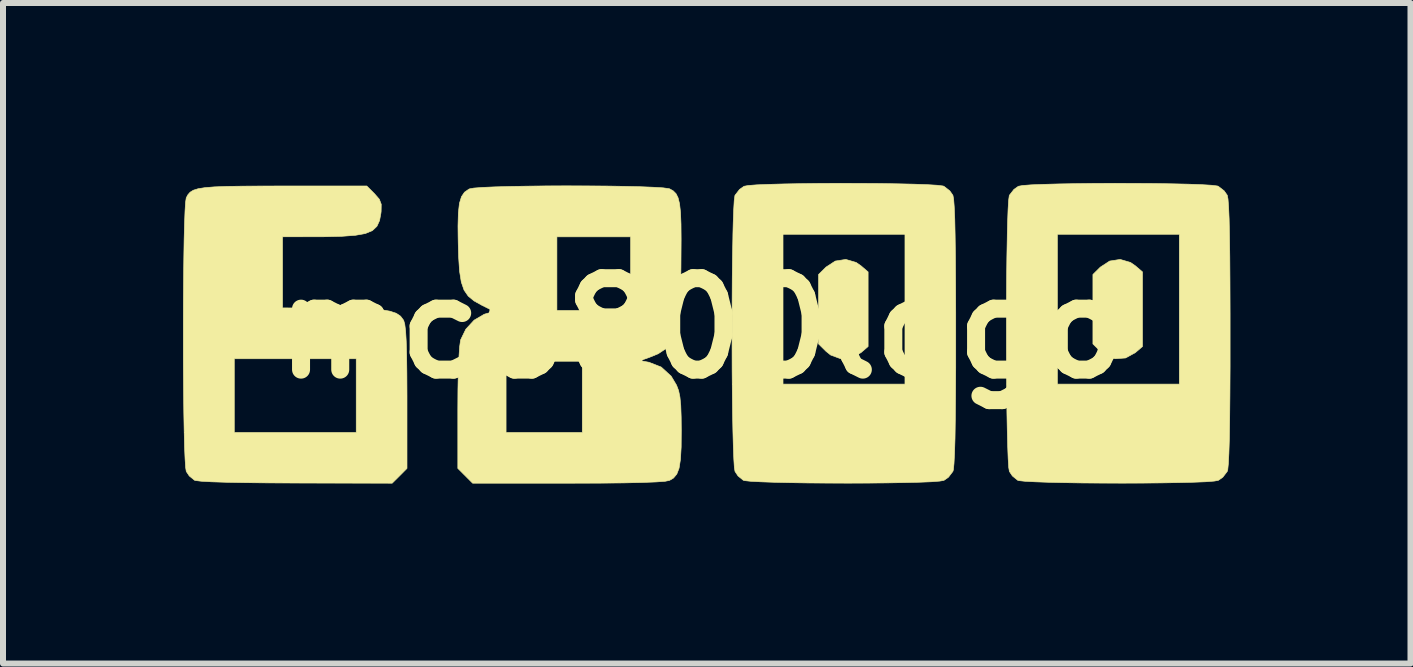
<source format=kicad_pcb>
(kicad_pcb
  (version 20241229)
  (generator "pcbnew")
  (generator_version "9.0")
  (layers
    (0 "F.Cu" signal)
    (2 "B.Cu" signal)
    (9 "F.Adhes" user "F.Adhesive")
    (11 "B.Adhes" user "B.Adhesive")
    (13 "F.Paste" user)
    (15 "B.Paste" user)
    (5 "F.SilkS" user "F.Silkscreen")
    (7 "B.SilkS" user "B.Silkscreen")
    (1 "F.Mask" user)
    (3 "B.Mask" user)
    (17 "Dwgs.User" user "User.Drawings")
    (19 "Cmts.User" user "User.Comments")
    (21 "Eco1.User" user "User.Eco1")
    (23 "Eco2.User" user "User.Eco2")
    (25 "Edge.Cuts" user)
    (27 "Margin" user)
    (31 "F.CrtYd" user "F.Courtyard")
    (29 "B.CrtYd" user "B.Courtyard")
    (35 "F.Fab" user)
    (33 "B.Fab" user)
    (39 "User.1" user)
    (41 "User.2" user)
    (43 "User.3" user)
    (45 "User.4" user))
  (footprint "mc6800logo"
    (layer "F.Cu")
    (at 8.643 2.42)
    (property "Reference" "mc6800logo" (at 0 0 0) (layer "F.SilkS") (effects (font (size 1.524 1.524) (thickness 0.3))))
    (attr through_hole)
    (fp_poly (pts (xy 2.573 -1.097) (xy 2.654 -1.041) (xy 2.773 -0.939) (xy 2.773 0.304) (xy 2.654 0.406) (xy 2.492 0.495) (xy 2.316 0.508) (xy 2.148 0.446) (xy 2.071 0.384) (xy 1.947 0.261) (xy 1.947 -0.896) (xy 2.071 -1.019) (xy 2.226 -1.12) (xy 2.401 -1.147) (xy 2.573 -1.097)) (stroke (width 0.01) (type solid)) (fill yes) (layer "F.SilkS"))
    (fp_poly (pts (xy 7.145 -1.097) (xy 7.226 -1.041) (xy 7.345 -0.939) (xy 7.345 0.304) (xy 7.226 0.406) (xy 7.064 0.495) (xy 6.888 0.508) (xy 6.72 0.446) (xy 6.643 0.384) (xy 6.519 0.261) (xy 6.519 -0.896) (xy 6.643 -1.019) (xy 6.798 -1.12) (xy 6.973 -1.147) (xy 7.145 -1.097)) (stroke (width 0.01) (type solid)) (fill yes) (layer "F.SilkS"))
    (fp_poly (pts (xy 2.646 -2.414) (xy 2.969 -2.412) (xy 3.27 -2.407) (xy 3.537 -2.401) (xy 3.759 -2.393) (xy 3.925 -2.383) (xy 4.021 -2.371) (xy 4.036 -2.366) (xy 4.134 -2.29) (xy 4.186 -2.216) (xy 4.198 -2.154) (xy 4.208 -2.023) (xy 4.217 -1.821) (xy 4.223 -1.545) (xy 4.228 -1.193) (xy 4.231 -0.763) (xy 4.233 -0.252) (xy 4.233 0.085) (xy 4.233 0.644) (xy 4.23 1.121) (xy 4.226 1.519) (xy 4.221 1.839) (xy 4.213 2.083) (xy 4.204 2.256) (xy 4.194 2.357) (xy 4.186 2.385) (xy 4.111 2.483) (xy 4.036 2.535) (xy 3.967 2.547) (xy 3.826 2.558) (xy 3.624 2.566) (xy 3.372 2.572) (xy 3.082 2.577) (xy 2.767 2.58) (xy 2.437 2.581) (xy 2.105 2.58) (xy 1.782 2.578) (xy 1.48 2.573) (xy 1.21 2.567) (xy 0.985 2.559) (xy 0.815 2.55) (xy 0.714 2.539) (xy 0.693 2.533) (xy 0.605 2.461) (xy 0.555 2.386) (xy 0.544 2.32) (xy 0.535 2.179) (xy 0.527 1.973) (xy 0.52 1.712) (xy 0.514 1.406) (xy 0.51 1.065) (xy 0.507 0.698) (xy 0.506 0.315) (xy 0.506 -0.074) (xy 0.507 -0.458) (xy 0.509 -0.829) (xy 0.513 -1.176) (xy 0.519 -1.489) (xy 0.52 -1.566) (xy 1.355 -1.566) (xy 1.355 0.931) (xy 3.387 0.931) (xy 3.387 -1.566) (xy 1.355 -1.566) (xy 0.52 -1.566) (xy 0.525 -1.759) (xy 0.533 -1.976) (xy 0.542 -2.129) (xy 0.553 -2.21) (xy 0.555 -2.216) (xy 0.631 -2.314) (xy 0.705 -2.366) (xy 0.776 -2.379) (xy 0.919 -2.39) (xy 1.123 -2.398) (xy 1.376 -2.405) (xy 1.667 -2.41) (xy 1.984 -2.414) (xy 2.314 -2.415) (xy 2.646 -2.414)) (stroke (width 0.01) (type solid)) (fill yes) (layer "F.SilkS"))
    (fp_poly (pts (xy 7.218 -2.414) (xy 7.541 -2.412) (xy 7.842 -2.407) (xy 8.109 -2.401) (xy 8.331 -2.393) (xy 8.497 -2.383) (xy 8.593 -2.371) (xy 8.608 -2.366) (xy 8.706 -2.29) (xy 8.758 -2.216) (xy 8.77 -2.154) (xy 8.78 -2.023) (xy 8.789 -1.821) (xy 8.795 -1.545) (xy 8.8 -1.193) (xy 8.803 -0.763) (xy 8.805 -0.252) (xy 8.805 0.085) (xy 8.805 0.644) (xy 8.802 1.121) (xy 8.798 1.519) (xy 8.793 1.839) (xy 8.785 2.083) (xy 8.776 2.256) (xy 8.766 2.357) (xy 8.758 2.385) (xy 8.683 2.483) (xy 8.608 2.535) (xy 8.539 2.547) (xy 8.398 2.558) (xy 8.196 2.566) (xy 7.944 2.572) (xy 7.654 2.577) (xy 7.339 2.58) (xy 7.009 2.581) (xy 6.677 2.58) (xy 6.354 2.578) (xy 6.052 2.573) (xy 5.782 2.567) (xy 5.557 2.559) (xy 5.387 2.55) (xy 5.286 2.539) (xy 5.265 2.533) (xy 5.177 2.461) (xy 5.127 2.386) (xy 5.116 2.32) (xy 5.107 2.179) (xy 5.099 1.973) (xy 5.092 1.712) (xy 5.086 1.406) (xy 5.082 1.065) (xy 5.079 0.698) (xy 5.078 0.315) (xy 5.078 -0.074) (xy 5.079 -0.458) (xy 5.081 -0.829) (xy 5.085 -1.176) (xy 5.091 -1.489) (xy 5.092 -1.566) (xy 5.927 -1.566) (xy 5.927 0.931) (xy 7.959 0.931) (xy 7.959 -1.566) (xy 5.927 -1.566) (xy 5.092 -1.566) (xy 5.097 -1.759) (xy 5.105 -1.976) (xy 5.114 -2.129) (xy 5.125 -2.21) (xy 5.127 -2.216) (xy 5.203 -2.314) (xy 5.277 -2.366) (xy 5.348 -2.379) (xy 5.491 -2.39) (xy 5.695 -2.398) (xy 5.948 -2.405) (xy 6.239 -2.41) (xy 6.556 -2.414) (xy 6.886 -2.415) (xy 7.218 -2.414)) (stroke (width 0.01) (type solid)) (fill yes) (layer "F.SilkS"))
    (fp_poly (pts (xy -5.452 -2.242) (xy -5.372 -2.15) (xy -5.34 -2.066) (xy -5.342 -1.948) (xy -5.345 -1.92) (xy -5.368 -1.795) (xy -5.412 -1.699) (xy -5.487 -1.628) (xy -5.604 -1.579) (xy -5.771 -1.549) (xy -6 -1.532) (xy -6.3 -1.525) (xy -6.403 -1.525) (xy -6.985 -1.524) (xy -6.985 -0.339) (xy -6.149 -0.336) (xy -5.808 -0.333) (xy -5.542 -0.325) (xy -5.34 -0.309) (xy -5.193 -0.284) (xy -5.089 -0.249) (xy -5.018 -0.201) (xy -4.971 -0.138) (xy -4.965 -0.127) (xy -4.948 -0.066) (xy -4.934 0.045) (xy -4.924 0.214) (xy -4.917 0.446) (xy -4.913 0.748) (xy -4.911 1.128) (xy -4.911 1.157) (xy -4.911 2.335) (xy -5.034 2.459) (xy -5.158 2.582) (xy -6.759 2.579) (xy -7.208 2.577) (xy -7.595 2.573) (xy -7.915 2.567) (xy -8.165 2.559) (xy -8.341 2.549) (xy -8.437 2.537) (xy -8.451 2.533) (xy -8.539 2.461) (xy -8.589 2.386) (xy -8.6 2.319) (xy -8.609 2.179) (xy -8.618 1.973) (xy -8.624 1.712) (xy -8.63 1.407) (xy -8.634 1.066) (xy -8.637 0.7) (xy -8.638 0.508) (xy -7.789 0.508) (xy -7.789 1.736) (xy -5.757 1.736) (xy -5.757 0.508) (xy -7.789 0.508) (xy -8.638 0.508) (xy -8.638 0.318) (xy -8.638 -0.069) (xy -8.637 -0.451) (xy -8.634 -0.819) (xy -8.63 -1.163) (xy -8.625 -1.472) (xy -8.618 -1.738) (xy -8.61 -1.949) (xy -8.601 -2.097) (xy -8.59 -2.171) (xy -8.589 -2.174) (xy -8.562 -2.225) (xy -8.525 -2.267) (xy -8.472 -2.3) (xy -8.392 -2.325) (xy -8.278 -2.343) (xy -8.121 -2.356) (xy -7.912 -2.364) (xy -7.643 -2.368) (xy -7.305 -2.37) (xy -6.959 -2.371) (xy -5.581 -2.371) (xy -5.452 -2.242)) (stroke (width 0.01) (type solid)) (fill yes) (layer "F.SilkS"))
    (fp_poly (pts (xy -1.923 -2.372) (xy -1.6 -2.37) (xy -1.299 -2.365) (xy -1.032 -2.359) (xy -0.809 -2.35) (xy -0.644 -2.34) (xy -0.548 -2.327) (xy -0.534 -2.323) (xy -0.475 -2.29) (xy -0.428 -2.243) (xy -0.394 -2.175) (xy -0.369 -2.074) (xy -0.353 -1.931) (xy -0.345 -1.736) (xy -0.343 -1.48) (xy -0.345 -1.152) (xy -0.346 -1.011) (xy -0.351 -0.68) (xy -0.357 -0.423) (xy -0.365 -0.228) (xy -0.375 -0.085) (xy -0.389 0.018) (xy -0.407 0.092) (xy -0.429 0.148) (xy -0.435 0.158) (xy -0.552 0.31) (xy -0.725 0.425) (xy -0.874 0.486) (xy -1.027 0.539) (xy -0.878 0.567) (xy -0.674 0.647) (xy -0.509 0.798) (xy -0.419 0.949) (xy -0.385 1.039) (xy -0.363 1.145) (xy -0.349 1.286) (xy -0.342 1.479) (xy -0.34 1.702) (xy -0.342 1.979) (xy -0.354 2.185) (xy -0.377 2.331) (xy -0.415 2.43) (xy -0.47 2.496) (xy -0.536 2.535) (xy -0.609 2.55) (xy -0.76 2.561) (xy -0.99 2.57) (xy -1.302 2.577) (xy -1.695 2.581) (xy -2.171 2.582) (xy -2.228 2.582) (xy -3.817 2.582) (xy -3.94 2.459) (xy -4.064 2.335) (xy -4.064 1.347) (xy -4.062 1.021) (xy -4.056 0.731) (xy -4.049 0.55) (xy -3.26 0.55) (xy -3.26 1.736) (xy -1.99 1.736) (xy -1.99 0.55) (xy -3.26 0.55) (xy -4.049 0.55) (xy -4.046 0.491) (xy -4.034 0.31) (xy -4.019 0.202) (xy -4.017 0.193) (xy -3.931 0.016) (xy -3.792 -0.135) (xy -3.625 -0.233) (xy -3.586 -0.245) (xy -3.455 -0.279) (xy -3.663 -0.383) (xy -3.794 -0.456) (xy -3.891 -0.536) (xy -3.96 -0.636) (xy -4.006 -0.77) (xy -4.035 -0.951) (xy -4.051 -1.194) (xy -4.057 -1.41) (xy -4.059 -1.524) (xy -2.413 -1.524) (xy -2.413 -0.296) (xy -1.185 -0.296) (xy -1.185 -1.524) (xy -2.413 -1.524) (xy -4.059 -1.524) (xy -4.061 -1.703) (xy -4.055 -1.923) (xy -4.037 -2.082) (xy -4.003 -2.193) (xy -3.953 -2.267) (xy -3.883 -2.316) (xy -3.869 -2.323) (xy -3.798 -2.336) (xy -3.654 -2.347) (xy -3.449 -2.356) (xy -3.195 -2.363) (xy -2.903 -2.368) (xy -2.586 -2.372) (xy -2.256 -2.373) (xy -1.923 -2.372)) (stroke (width 0.01) (type solid)) (fill yes) (layer "F.SilkS")))
  (gr_rect
    (start -3 -3)
    (end 20.454 8.007)
    (stroke (width 0.1) (type default))
    (fill no)
    (layer "Edge.Cuts")))
</source>
